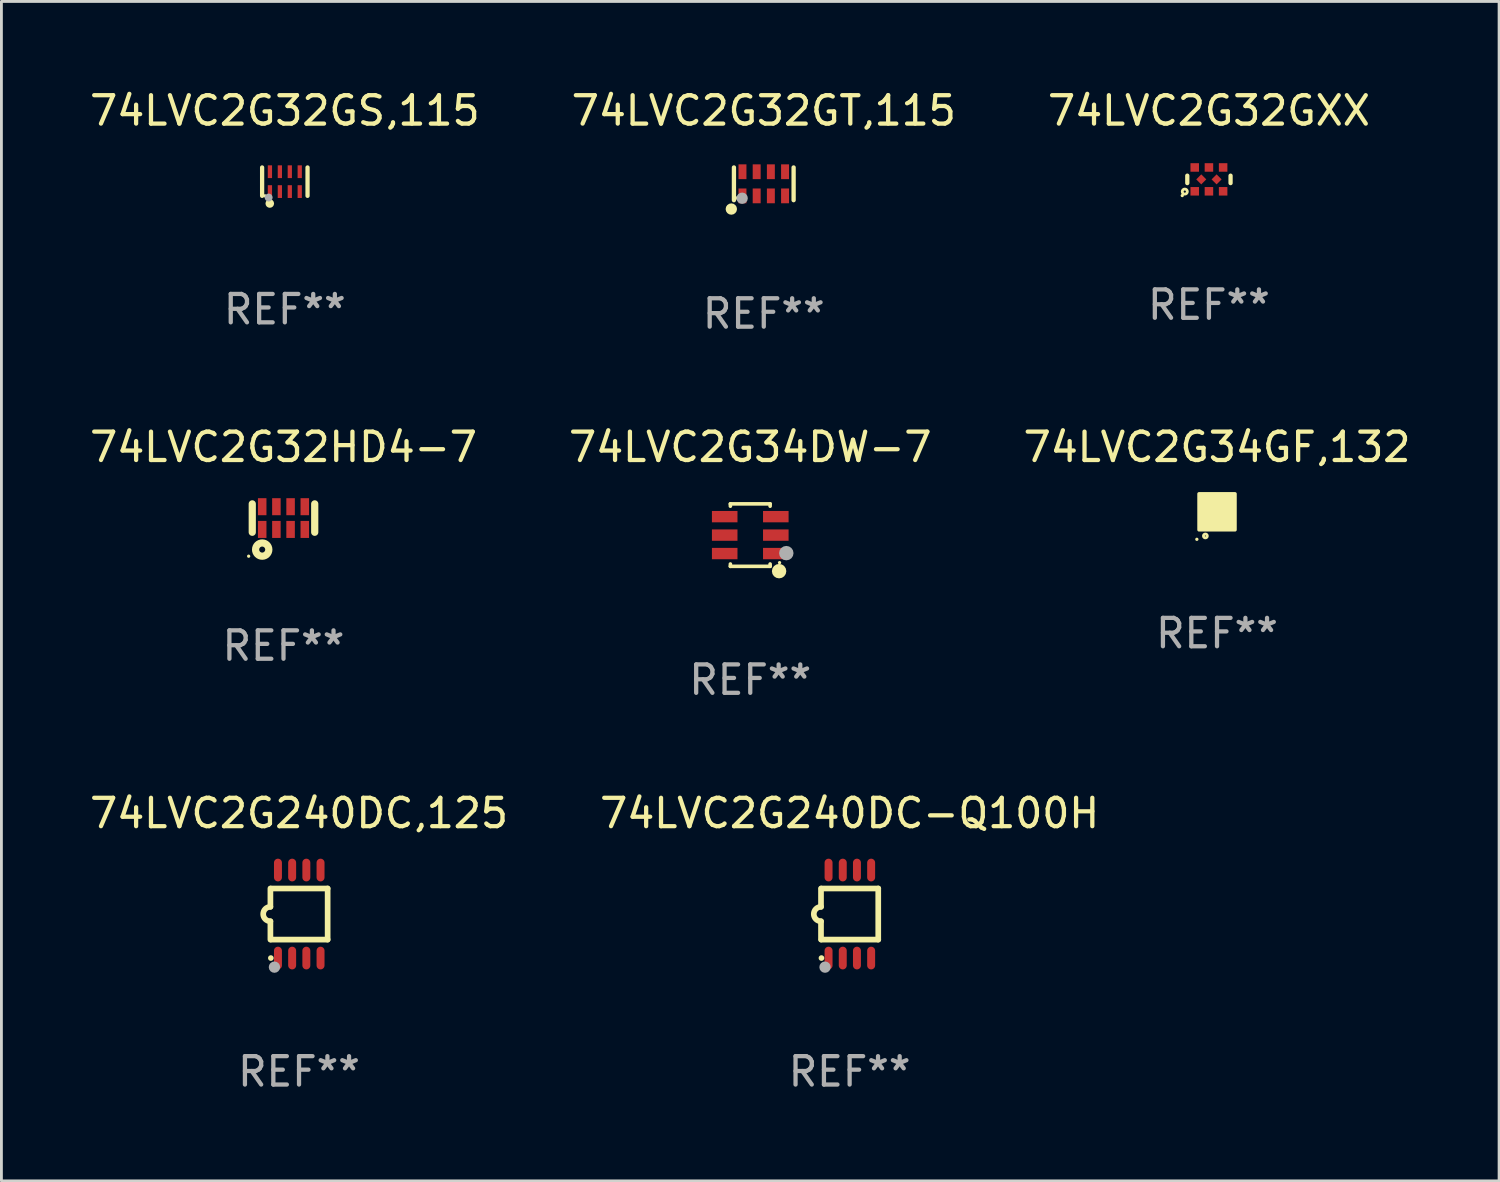
<source format=kicad_pcb>
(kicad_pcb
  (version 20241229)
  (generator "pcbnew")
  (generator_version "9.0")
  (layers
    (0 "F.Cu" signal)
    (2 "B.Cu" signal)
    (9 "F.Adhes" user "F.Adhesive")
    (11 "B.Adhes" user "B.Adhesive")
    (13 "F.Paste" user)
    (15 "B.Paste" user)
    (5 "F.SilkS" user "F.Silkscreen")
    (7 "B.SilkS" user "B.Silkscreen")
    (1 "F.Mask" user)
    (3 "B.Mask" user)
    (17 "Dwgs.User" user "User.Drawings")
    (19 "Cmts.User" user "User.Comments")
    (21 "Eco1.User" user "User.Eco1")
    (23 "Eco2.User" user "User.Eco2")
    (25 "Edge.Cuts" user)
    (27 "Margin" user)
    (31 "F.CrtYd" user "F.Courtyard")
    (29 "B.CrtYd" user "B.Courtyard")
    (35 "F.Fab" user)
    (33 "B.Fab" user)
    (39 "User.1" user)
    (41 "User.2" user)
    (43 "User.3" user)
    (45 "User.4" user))
  (footprint "74LVC2G240DC-Q100H"
    (layer "F.Cu")
    (at 26.875 29.144)
    (property "Reference" "74LVC2G240DC-Q100H" (at 0 -3.55 0) (layer "F.SilkS") (effects (font (size 1 1) (thickness 0.15))))
    (attr through_hole)
    (fp_line (start -1.008 -0.254) (end -1.008 -0.9) (stroke (width 0.2) (type solid)) (layer "F.SilkS"))
    (fp_line (start -1.008 0.254) (end -1.008 0.9) (stroke (width 0.2) (type solid)) (layer "F.SilkS"))
    (fp_line (start -0.992 0.9) (end 1.008 0.9) (stroke (width 0.2) (type solid)) (layer "F.SilkS"))
    (fp_line (start 1.008 -0.9) (end -0.992 -0.9) (stroke (width 0.2) (type solid)) (layer "F.SilkS"))
    (fp_line (start 1.008 0.9) (end 1.008 -0.9) (stroke (width 0.2) (type solid)) (layer "F.SilkS"))
    (fp_arc (start -1.008001 0.254001) (mid -1.262002 0) (end -1.008001 -0.254001) (stroke (width 0.2) (type solid)) (layer "F.SilkS"))
    (fp_circle (center -0.992 1.55) (end -0.942 1.55) (stroke (width 0.1) (type solid)) (fill no) (layer "F.SilkS"))
    (fp_circle (center -0.866 1.87) (end -0.766 1.87) (stroke (width 0.2) (type solid)) (fill no) (layer "F.Fab"))
    (fp_text user "REF**" (at 0 5.55 0) (layer "F.Fab") (effects (font (size 1 1) (thickness 0.15))))
    (pad "1" smd oval (at -0.742 1.55 270) (size 0.8 0.28) (layers "F.Cu" "F.Mask" "F.Paste"))
    (pad "2" smd oval (at -0.242 1.55 270) (size 0.8 0.28) (layers "F.Cu" "F.Mask" "F.Paste"))
    (pad "3" smd oval (at 0.258 1.55 270) (size 0.8 0.28) (layers "F.Cu" "F.Mask" "F.Paste"))
    (pad "4" smd oval (at 0.758 1.55 270) (size 0.8 0.28) (layers "F.Cu" "F.Mask" "F.Paste"))
    (pad "5" smd oval (at 0.758 -1.55 270) (size 0.8 0.28) (layers "F.Cu" "F.Mask" "F.Paste"))
    (pad "6" smd oval (at 0.258 -1.55 270) (size 0.8 0.28) (layers "F.Cu" "F.Mask" "F.Paste"))
    (pad "7" smd oval (at -0.242 -1.55 270) (size 0.8 0.28) (layers "F.Cu" "F.Mask" "F.Paste"))
    (pad "8" smd oval (at -0.742 -1.55 270) (size 0.8 0.28) (layers "F.Cu" "F.Mask" "F.Paste")))
  (footprint "74LVC2G34GF,132"
    (layer "F.Cu")
    (at 39.815 14.977)
    (property "Reference" "74LVC2G34GF,132" (at 0 -2.28 0) (layer "F.SilkS") (effects (font (size 1 1) (thickness 0.15))))
    (attr through_hole)
    (fp_circle (center -0.71 0.968) (end -0.68 0.968) (stroke (width 0.06) (type solid)) (fill no) (layer "F.SilkS"))
    (fp_circle (center -0.41 0.85) (end -0.342 0.85) (stroke (width 0.1) (type solid)) (fill no) (layer "F.SilkS"))
    (fp_poly (pts (xy -0.635 -0.635) (xy 0.635 -0.635) (xy 0.635 0.635) (xy -0.635 0.635)) (stroke (width 0.12) (type solid)) (fill yes) (layer "F.SilkS"))
    (fp_text user "REF**" (at 0 4.28 0) (layer "F.Fab") (effects (font (size 1 1) (thickness 0.15))))
    (pad "1" smd rect (at -0.35 0.28 90) (size 0.35 0.2) (layers "F.Cu" "F.Mask" "F.Paste"))
    (pad "2" smd rect (at 0 0.28 90) (size 0.35 0.2) (layers "F.Cu" "F.Mask" "F.Paste"))
    (pad "3" smd rect (at 0.35 0.28 90) (size 0.35 0.2) (layers "F.Cu" "F.Mask" "F.Paste"))
    (pad "4" smd rect (at 0.35 -0.28 90) (size 0.35 0.2) (layers "F.Cu" "F.Mask" "F.Paste"))
    (pad "5" smd rect (at 0 -0.28 90) (size 0.35 0.2) (layers "F.Cu" "F.Mask" "F.Paste"))
    (pad "6" smd rect (at -0.35 -0.28 90) (size 0.35 0.2) (layers "F.Cu" "F.Mask" "F.Paste")))
  (footprint "74LVC2G32GT,115"
    (layer "F.Cu")
    (at 23.851 3.424)
    (property "Reference" "74LVC2G32GT,115" (at 0 -2.576 0) (layer "F.SilkS") (effects (font (size 1 1) (thickness 0.15))))
    (attr through_hole)
    (fp_line (start -1.051 0.576) (end -1.051 -0.576) (stroke (width 0.152) (type solid)) (layer "F.SilkS"))
    (fp_line (start 1.051 -0.576) (end 1.051 0.576) (stroke (width 0.152) (type solid)) (layer "F.SilkS"))
    (fp_circle (center -1.143 0.889) (end -1.043 0.889) (stroke (width 0.2) (type solid)) (fill no) (layer "F.SilkS"))
    (fp_circle (center -0.975 0.5) (end -0.945 0.5) (stroke (width 0.06) (type solid)) (fill no) (layer "F.SilkS"))
    (fp_circle (center -0.762 0.508) (end -0.662 0.508) (stroke (width 0.2) (type solid)) (fill no) (layer "F.Fab"))
    (fp_text user "REF**" (at 0 4.576 0) (layer "F.Fab") (effects (font (size 1 1) (thickness 0.15))))
    (pad "1" smd rect (at -0.75 0.425) (size 0.28 0.521) (layers "F.Cu" "F.Mask" "F.Paste"))
    (pad "2" smd rect (at -0.25 0.425) (size 0.28 0.521) (layers "F.Cu" "F.Mask" "F.Paste"))
    (pad "3" smd rect (at 0.25 0.425) (size 0.28 0.521) (layers "F.Cu" "F.Mask" "F.Paste"))
    (pad "4" smd rect (at 0.75 0.425) (size 0.28 0.521) (layers "F.Cu" "F.Mask" "F.Paste"))
    (pad "5" smd rect (at 0.75 -0.425) (size 0.28 0.521) (layers "F.Cu" "F.Mask" "F.Paste"))
    (pad "6" smd rect (at 0.25 -0.425) (size 0.28 0.521) (layers "F.Cu" "F.Mask" "F.Paste"))
    (pad "7" smd rect (at -0.25 -0.425) (size 0.28 0.521) (layers "F.Cu" "F.Mask" "F.Paste"))
    (pad "8" smd rect (at -0.75 -0.425) (size 0.28 0.521) (layers "F.Cu" "F.Mask" "F.Paste")))
  (footprint "74LVC2G32HD4-7"
    (layer "F.Cu")
    (at 6.935 15.197)
    (property "Reference" "74LVC2G32HD4-7" (at 0 -2.5 0) (layer "F.SilkS") (effects (font (size 1 1) (thickness 0.15))))
    (attr through_hole)
    (fp_line (start -1.1 -0.5) (end -1.1 0.5) (stroke (width 0.254) (type solid)) (layer "F.SilkS"))
    (fp_line (start 1.1 -0.5) (end 1.1 0.5) (stroke (width 0.254) (type solid)) (layer "F.SilkS"))
    (fp_circle (center -1.227 1.343) (end -1.197 1.343) (stroke (width 0.06) (type solid)) (fill no) (layer "F.SilkS"))
    (fp_circle (center -0.75 1.11) (end -0.644 1.11) (stroke (width 0.254) (type solid)) (fill no) (layer "F.SilkS"))
    (fp_text user "REF**" (at 0 4.5 0) (layer "F.Fab") (effects (font (size 1 1) (thickness 0.15))))
    (pad "1" smd rect (at -0.75 0.4) (size 0.3 0.6) (layers "F.Cu" "F.Mask" "F.Paste"))
    (pad "2" smd rect (at -0.25 0.4) (size 0.3 0.6) (layers "F.Cu" "F.Mask" "F.Paste"))
    (pad "3" smd rect (at 0.25 0.4) (size 0.3 0.6) (layers "F.Cu" "F.Mask" "F.Paste"))
    (pad "4" smd rect (at 0.75 0.4) (size 0.3 0.6) (layers "F.Cu" "F.Mask" "F.Paste"))
    (pad "5" smd rect (at 0.75 -0.4) (size 0.3 0.6) (layers "F.Cu" "F.Mask" "F.Paste"))
    (pad "6" smd rect (at 0.25 -0.4) (size 0.3 0.6) (layers "F.Cu" "F.Mask" "F.Paste"))
    (pad "7" smd rect (at -0.25 -0.4) (size 0.3 0.6) (layers "F.Cu" "F.Mask" "F.Paste"))
    (pad "8" smd rect (at -0.75 -0.4) (size 0.3 0.6) (layers "F.Cu" "F.Mask" "F.Paste")))
  (footprint "74LVC2G32GS,115"
    (layer "F.Cu")
    (at 6.982 3.348)
    (property "Reference" "74LVC2G32GS,115" (at 0 -2.5 0) (layer "F.SilkS") (effects (font (size 1 1) (thickness 0.15))))
    (attr through_hole)
    (fp_line (start -0.8 -0.5) (end -0.8 0.5) (stroke (width 0.15) (type solid)) (layer "F.SilkS"))
    (fp_line (start 0.8 -0.5) (end 0.8 0.5) (stroke (width 0.15) (type solid)) (layer "F.SilkS"))
    (fp_circle (center -0.7 0.5) (end -0.67 0.5) (stroke (width 0.06) (type solid)) (fill no) (layer "F.SilkS"))
    (fp_circle (center -0.53 0.77) (end -0.454 0.77) (stroke (width 0.15) (type solid)) (fill no) (layer "F.SilkS"))
    (fp_circle (center -0.57 0.56) (end -0.5 0.56) (stroke (width 0.14) (type solid)) (fill no) (layer "F.Fab"))
    (fp_text user "REF**" (at 0 4.5 0) (layer "F.Fab") (effects (font (size 1 1) (thickness 0.15))))
    (pad "1" smd rect (at -0.525 0.35) (size 0.15 0.45) (layers "F.Cu" "F.Mask" "F.Paste"))
    (pad "2" smd rect (at -0.175 0.35) (size 0.15 0.45) (layers "F.Cu" "F.Mask" "F.Paste"))
    (pad "3" smd rect (at 0.175 0.35) (size 0.15 0.45) (layers "F.Cu" "F.Mask" "F.Paste"))
    (pad "4" smd rect (at 0.525 0.35) (size 0.15 0.45) (layers "F.Cu" "F.Mask" "F.Paste"))
    (pad "5" smd rect (at 0.525 -0.35) (size 0.15 0.45) (layers "F.Cu" "F.Mask" "F.Paste"))
    (pad "6" smd rect (at 0.175 -0.35) (size 0.15 0.45) (layers "F.Cu" "F.Mask" "F.Paste"))
    (pad "7" smd rect (at -0.175 -0.35) (size 0.15 0.45) (layers "F.Cu" "F.Mask" "F.Paste"))
    (pad "8" smd rect (at -0.525 -0.35) (size 0.15 0.45) (layers "F.Cu" "F.Mask" "F.Paste")))
  (footprint "74LVC2G240DC,125"
    (layer "F.Cu")
    (at 7.482 29.144)
    (property "Reference" "74LVC2G240DC,125" (at 0 -3.55 0) (layer "F.SilkS") (effects (font (size 1 1) (thickness 0.15))))
    (attr through_hole)
    (fp_line (start -1.008 -0.254) (end -1.008 -0.9) (stroke (width 0.2) (type solid)) (layer "F.SilkS"))
    (fp_line (start -1.008 0.254) (end -1.008 0.9) (stroke (width 0.2) (type solid)) (layer "F.SilkS"))
    (fp_line (start -0.992 0.9) (end 1.008 0.9) (stroke (width 0.2) (type solid)) (layer "F.SilkS"))
    (fp_line (start 1.008 -0.9) (end -0.992 -0.9) (stroke (width 0.2) (type solid)) (layer "F.SilkS"))
    (fp_line (start 1.008 0.9) (end 1.008 -0.9) (stroke (width 0.2) (type solid)) (layer "F.SilkS"))
    (fp_arc (start -1.008001 0.254001) (mid -1.262002 0) (end -1.008001 -0.254001) (stroke (width 0.2) (type solid)) (layer "F.SilkS"))
    (fp_circle (center -0.992 1.55) (end -0.942 1.55) (stroke (width 0.1) (type solid)) (fill no) (layer "F.SilkS"))
    (fp_circle (center -0.866 1.87) (end -0.766 1.87) (stroke (width 0.2) (type solid)) (fill no) (layer "F.Fab"))
    (fp_text user "REF**" (at 0 5.55 0) (layer "F.Fab") (effects (font (size 1 1) (thickness 0.15))))
    (pad "1" smd oval (at -0.742 1.55 270) (size 0.8 0.28) (layers "F.Cu" "F.Mask" "F.Paste"))
    (pad "2" smd oval (at -0.242 1.55 270) (size 0.8 0.28) (layers "F.Cu" "F.Mask" "F.Paste"))
    (pad "3" smd oval (at 0.258 1.55 270) (size 0.8 0.28) (layers "F.Cu" "F.Mask" "F.Paste"))
    (pad "4" smd oval (at 0.758 1.55 270) (size 0.8 0.28) (layers "F.Cu" "F.Mask" "F.Paste"))
    (pad "5" smd oval (at 0.758 -1.55 270) (size 0.8 0.28) (layers "F.Cu" "F.Mask" "F.Paste"))
    (pad "6" smd oval (at 0.258 -1.55 270) (size 0.8 0.28) (layers "F.Cu" "F.Mask" "F.Paste"))
    (pad "7" smd oval (at -0.242 -1.55 270) (size 0.8 0.28) (layers "F.Cu" "F.Mask" "F.Paste"))
    (pad "8" smd oval (at -0.742 -1.55 270) (size 0.8 0.28) (layers "F.Cu" "F.Mask" "F.Paste")))
  (footprint "74LVC2G34DW-7"
    (layer "F.Cu")
    (at 23.375 15.797)
    (property "Reference" "74LVC2G34DW-7" (at 0 -3.1 0) (layer "F.SilkS") (effects (font (size 1 1) (thickness 0.15))))
    (attr through_hole)
    (fp_line (start -0.7 -1.018) (end -0.7 -1.1) (stroke (width 0.127) (type solid)) (layer "F.SilkS"))
    (fp_line (start -0.7 1.1) (end -0.7 1.018) (stroke (width 0.127) (type solid)) (layer "F.SilkS"))
    (fp_line (start 0.7 -1.1) (end -0.7 -1.1) (stroke (width 0.127) (type solid)) (layer "F.SilkS"))
    (fp_line (start 0.7 -1.018) (end 0.7 -1.1) (stroke (width 0.127) (type solid)) (layer "F.SilkS"))
    (fp_line (start 0.7 1.1) (end -0.7 1.1) (stroke (width 0.127) (type solid)) (layer "F.SilkS"))
    (fp_line (start 0.7 1.1) (end 0.7 1.018) (stroke (width 0.127) (type solid)) (layer "F.SilkS"))
    (fp_circle (center 1.016 1.27) (end 1.143 1.27) (stroke (width 0.254) (type solid)) (fill no) (layer "F.SilkS"))
    (fp_circle (center 1.032 0.97) (end 1.062 0.97) (stroke (width 0.06) (type solid)) (fill no) (layer "F.SilkS"))
    (fp_circle (center 1.27 0.635) (end 1.397 0.635) (stroke (width 0.254) (type solid)) (fill no) (layer "F.Fab"))
    (fp_text user "REF**" (at 0 5.1 0) (layer "F.Fab") (effects (font (size 1 1) (thickness 0.15))))
    (pad "1" smd rect (at 0.9 0.65 90) (size 0.4 0.9) (layers "F.Cu" "F.Mask" "F.Paste"))
    (pad "2" smd rect (at 0.9 -0.000102 90) (size 0.4 0.9) (layers "F.Cu" "F.Mask" "F.Paste"))
    (pad "3" smd rect (at 0.9 -0.65 90) (size 0.4 0.9) (layers "F.Cu" "F.Mask" "F.Paste"))
    (pad "4" smd rect (at -0.9 -0.65 90) (size 0.4 0.9) (layers "F.Cu" "F.Mask" "F.Paste"))
    (pad "5" smd rect (at -0.9 -0.000102 90) (size 0.4 0.9) (layers "F.Cu" "F.Mask" "F.Paste"))
    (pad "6" smd rect (at -0.9 0.65 90) (size 0.4 0.9) (layers "F.Cu" "F.Mask" "F.Paste")))
  (footprint "74LVC2G32GXX"
    (layer "F.Cu")
    (at 39.53 3.268)
    (property "Reference" "74LVC2G32GXX" (at 0 -2.42 0) (layer "F.SilkS") (effects (font (size 1 1) (thickness 0.15))))
    (attr through_hole)
    (fp_line (start -0.762 -0.131) (end -0.762 0.131) (stroke (width 0.15) (type solid)) (layer "F.SilkS"))
    (fp_line (start 0.762 -0.131) (end 0.762 0.131) (stroke (width 0.15) (type solid)) (layer "F.SilkS"))
    (fp_circle (center -0.939 0.57) (end -0.909 0.57) (stroke (width 0.06) (type solid)) (fill no) (layer "F.SilkS"))
    (fp_circle (center -0.85 0.43) (end -0.811 0.43) (stroke (width 0.1) (type solid)) (fill no) (layer "F.SilkS"))
    (fp_text user "REF**" (at 0 4.42 0) (layer "F.Fab") (effects (font (size 1 1) (thickness 0.15))))
    (pad "1" smd rect (at -0.5 0.42) (size 0.3 0.3) (layers "F.Cu" "F.Mask" "F.Paste"))
    (pad "2" smd rect (at 0.000127 0.42) (size 0.3 0.3) (layers "F.Cu" "F.Mask" "F.Paste"))
    (pad "3" smd rect (at 0.5 0.42) (size 0.3 0.3) (layers "F.Cu" "F.Mask" "F.Paste"))
    (pad "4" smd rect (at 0.27 0 45) (size 0.25 0.25) (layers "F.Cu" "F.Mask" "F.Paste"))
    (pad "5" smd rect (at 0.5 -0.42) (size 0.3 0.3) (layers "F.Cu" "F.Mask" "F.Paste"))
    (pad "6" smd rect (at 0.000127 -0.42) (size 0.3 0.3) (layers "F.Cu" "F.Mask" "F.Paste"))
    (pad "7" smd rect (at -0.5 -0.42) (size 0.3 0.3) (layers "F.Cu" "F.Mask" "F.Paste"))
    (pad "8" smd rect (at -0.27 0 45) (size 0.25 0.25) (layers "F.Cu" "F.Mask" "F.Paste")))
  (gr_rect
    (start -3 -3)
    (end 49.75 38.542)
    (stroke (width 0.1) (type default))
    (fill no)
    (layer "Edge.Cuts")))
</source>
